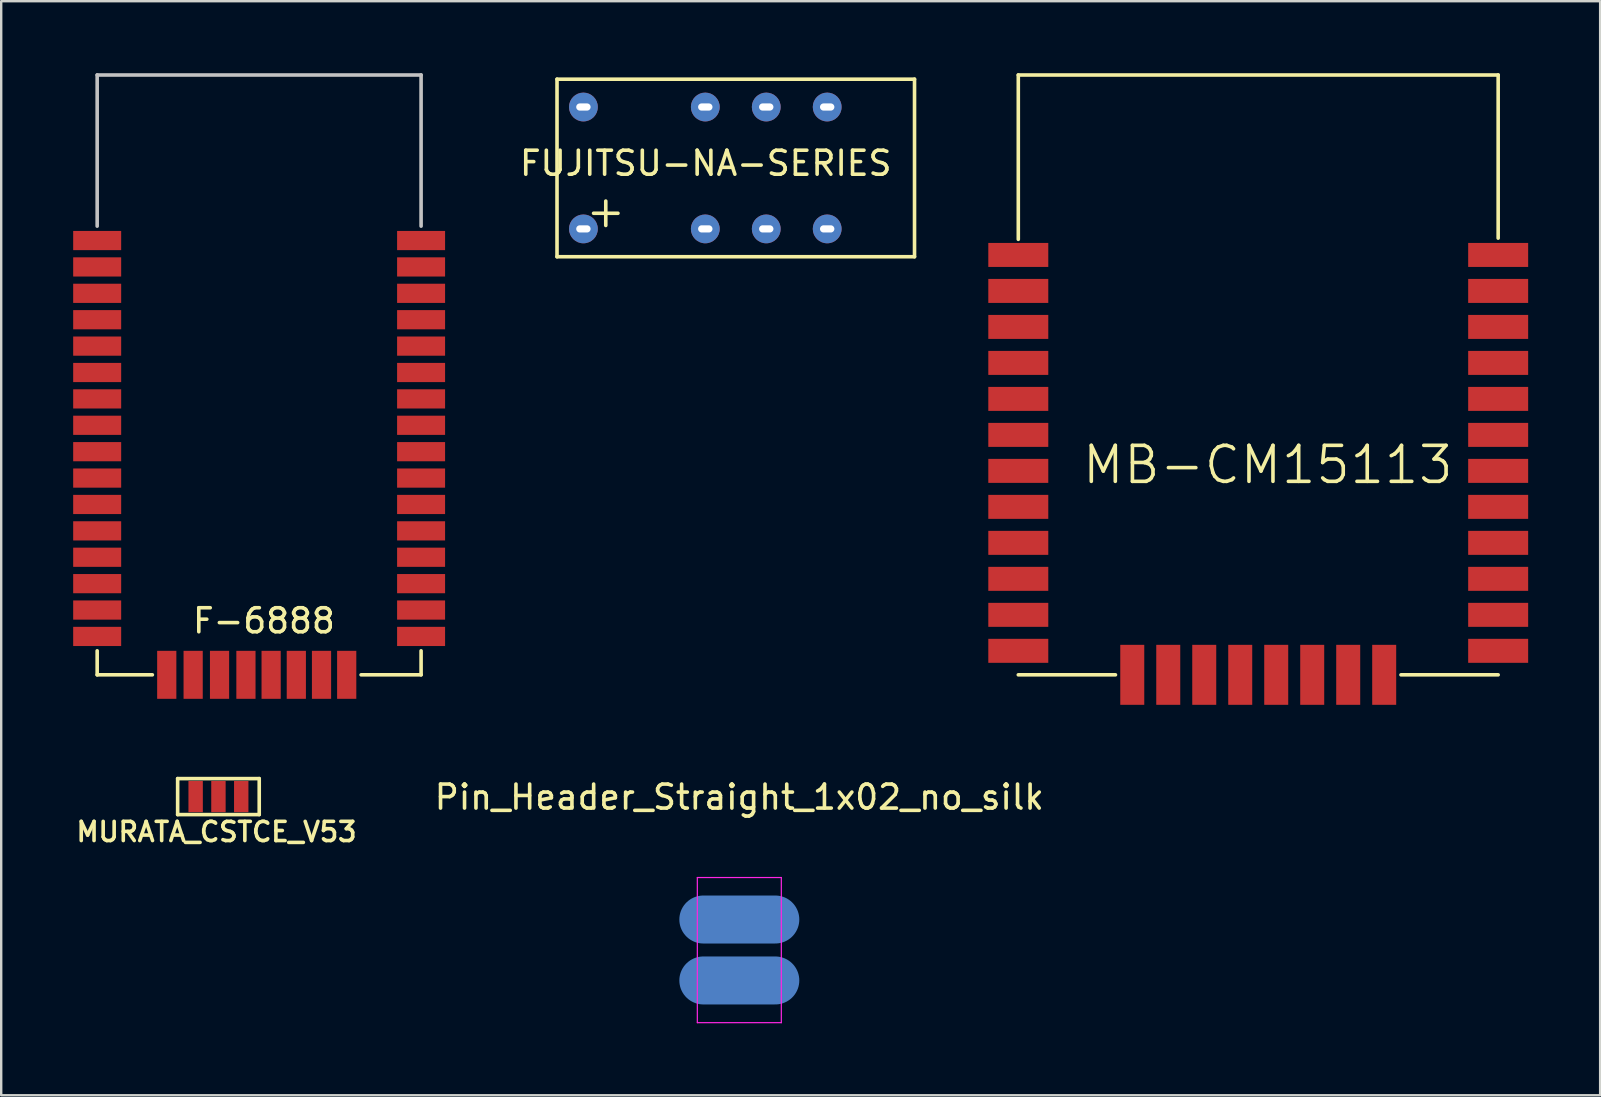
<source format=kicad_pcb>
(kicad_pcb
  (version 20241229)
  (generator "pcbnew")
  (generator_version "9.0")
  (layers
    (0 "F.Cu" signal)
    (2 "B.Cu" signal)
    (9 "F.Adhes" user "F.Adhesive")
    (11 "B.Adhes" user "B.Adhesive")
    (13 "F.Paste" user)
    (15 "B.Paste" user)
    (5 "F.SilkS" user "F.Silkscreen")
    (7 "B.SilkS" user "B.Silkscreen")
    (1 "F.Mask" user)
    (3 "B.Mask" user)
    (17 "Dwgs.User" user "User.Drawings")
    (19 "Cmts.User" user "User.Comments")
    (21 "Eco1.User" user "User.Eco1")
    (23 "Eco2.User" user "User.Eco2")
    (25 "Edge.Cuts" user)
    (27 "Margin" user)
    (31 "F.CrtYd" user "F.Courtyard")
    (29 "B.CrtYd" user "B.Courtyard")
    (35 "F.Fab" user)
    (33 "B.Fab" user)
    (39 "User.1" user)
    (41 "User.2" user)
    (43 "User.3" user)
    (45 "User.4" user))
  (footprint "MB-CM15113"
    (layer "F.Cu")
    (at 39.39 25.075)
    (property "Reference" "MB-CM15113" (at 10.4 -8.75 0) (layer "F.SilkS") (effects (font (size 1.5 1.5) (thickness 0.15))))
    (attr through_hole)
    (fp_line (start 0 -25) (end 0 -18.15) (stroke (width 0.15) (type solid)) (layer "F.SilkS"))
    (fp_line (start 0 0) (end 4.05 0) (stroke (width 0.15) (type solid)) (layer "F.SilkS"))
    (fp_line (start 20 -25) (end 0 -25) (stroke (width 0.15) (type solid)) (layer "F.SilkS"))
    (fp_line (start 20 -18.2) (end 20 -25) (stroke (width 0.15) (type solid)) (layer "F.SilkS"))
    (fp_line (start 20 0) (end 15.95 0) (stroke (width 0.15) (type solid)) (layer "F.SilkS"))
    (pad "1" smd rect (at 0 -17.5) (size 2.5 1) (layers "F.Cu" "F.Mask" "F.Paste"))
    (pad "2" smd rect (at 0 -16) (size 2.5 1) (layers "F.Cu" "F.Mask" "F.Paste"))
    (pad "3" smd rect (at 0 -14.5) (size 2.5 1) (layers "F.Cu" "F.Mask" "F.Paste"))
    (pad "4" smd rect (at 0 -13) (size 2.5 1) (layers "F.Cu" "F.Mask" "F.Paste"))
    (pad "5" smd rect (at 0 -11.5) (size 2.5 1) (layers "F.Cu" "F.Mask" "F.Paste"))
    (pad "6" smd rect (at 0 -10) (size 2.5 1) (layers "F.Cu" "F.Mask" "F.Paste"))
    (pad "7" smd rect (at 0 -8.5) (size 2.5 1) (layers "F.Cu" "F.Mask" "F.Paste"))
    (pad "8" smd rect (at 0 -7) (size 2.5 1) (layers "F.Cu" "F.Mask" "F.Paste"))
    (pad "9" smd rect (at 0 -5.5) (size 2.5 1) (layers "F.Cu" "F.Mask" "F.Paste"))
    (pad "10" smd rect (at 0 -4) (size 2.5 1) (layers "F.Cu" "F.Mask" "F.Paste"))
    (pad "11" smd rect (at 0 -2.5) (size 2.5 1) (layers "F.Cu" "F.Mask" "F.Paste"))
    (pad "12" smd rect (at 0 -1) (size 2.5 1) (layers "F.Cu" "F.Mask" "F.Paste"))
    (pad "13" smd rect (at 4.75 0) (size 1 2.5) (layers "F.Cu" "F.Mask" "F.Paste"))
    (pad "14" smd rect (at 6.25 0) (size 1 2.5) (layers "F.Cu" "F.Mask" "F.Paste"))
    (pad "15" smd rect (at 7.75 0) (size 1 2.5) (layers "F.Cu" "F.Mask" "F.Paste"))
    (pad "16" smd rect (at 9.25 0) (size 1 2.5) (layers "F.Cu" "F.Mask" "F.Paste"))
    (pad "17" smd rect (at 10.75 0) (size 1 2.5) (layers "F.Cu" "F.Mask" "F.Paste"))
    (pad "18" smd rect (at 12.25 0) (size 1 2.5) (layers "F.Cu" "F.Mask" "F.Paste"))
    (pad "19" smd rect (at 13.75 0) (size 1 2.5) (layers "F.Cu" "F.Mask" "F.Paste"))
    (pad "20" smd rect (at 15.25 0) (size 1 2.5) (layers "F.Cu" "F.Mask" "F.Paste"))
    (pad "21" smd rect (at 20 -1) (size 2.5 1) (layers "F.Cu" "F.Mask" "F.Paste"))
    (pad "22" smd rect (at 20 -2.5) (size 2.5 1) (layers "F.Cu" "F.Mask" "F.Paste"))
    (pad "23" smd rect (at 20 -4) (size 2.5 1) (layers "F.Cu" "F.Mask" "F.Paste"))
    (pad "24" smd rect (at 20 -5.5) (size 2.5 1) (layers "F.Cu" "F.Mask" "F.Paste"))
    (pad "25" smd rect (at 20 -7) (size 2.5 1) (layers "F.Cu" "F.Mask" "F.Paste"))
    (pad "26" smd rect (at 20 -8.5) (size 2.5 1) (layers "F.Cu" "F.Mask" "F.Paste"))
    (pad "27" smd rect (at 20 -10) (size 2.5 1) (layers "F.Cu" "F.Mask" "F.Paste"))
    (pad "28" smd rect (at 20 -11.5) (size 2.5 1) (layers "F.Cu" "F.Mask" "F.Paste"))
    (pad "29" smd rect (at 20 -13) (size 2.5 1) (layers "F.Cu" "F.Mask" "F.Paste"))
    (pad "30" smd rect (at 20 -14.5) (size 2.5 1) (layers "F.Cu" "F.Mask" "F.Paste"))
    (pad "31" smd rect (at 20 -16) (size 2.5 1) (layers "F.Cu" "F.Mask" "F.Paste"))
    (pad "32" smd rect (at 20 -17.5) (size 2.5 1) (layers "F.Cu" "F.Mask" "F.Paste")))
  (footprint "FUJITSU-NA-SERIES"
    (layer "F.Cu")
    (at 20.165 0.25)
    (property "Reference" "FUJITSU-NA-SERIES" (at 6.198 3.505 0) (layer "F.SilkS") (effects (font (size 1 1) (thickness 0.15))))
    (attr through_hole)
    (fp_line (start 0 0) (end 14.9 0) (stroke (width 0.15) (type solid)) (layer "F.SilkS"))
    (fp_line (start 0 7.4) (end 0 0) (stroke (width 0.15) (type solid)) (layer "F.SilkS"))
    (fp_line (start 1.524 5.588) (end 2.54 5.588) (stroke (width 0.15) (type solid)) (layer "F.SilkS"))
    (fp_line (start 2.032 6.096) (end 2.032 5.08) (stroke (width 0.15) (type solid)) (layer "F.SilkS"))
    (fp_line (start 14.9 0) (end 14.9 7.4) (stroke (width 0.15) (type solid)) (layer "F.SilkS"))
    (fp_line (start 14.9 7.4) (end 0 7.4) (stroke (width 0.15) (type solid)) (layer "F.SilkS"))
    (pad "1" thru_hole circle (at 1.1 6.24) (size 1.2 1.2) (drill oval 0.6 0.3) (layers "*.Cu" "*.Mask"))
    (pad "3" thru_hole circle (at 6.18 6.24) (size 1.2 1.2) (drill oval 0.6 0.3) (layers "*.Cu" "*.Mask"))
    (pad "4" thru_hole circle (at 8.72 6.24) (size 1.2 1.2) (drill oval 0.6 0.3) (layers "*.Cu" "*.Mask"))
    (pad "5" thru_hole circle (at 11.26 6.24) (size 1.2 1.2) (drill oval 0.6 0.3) (layers "*.Cu" "*.Mask"))
    (pad "8" thru_hole circle (at 11.26 1.16) (size 1.2 1.2) (drill oval 0.6 0.3) (layers "*.Cu" "*.Mask"))
    (pad "9" thru_hole circle (at 8.72 1.16) (size 1.2 1.2) (drill oval 0.6 0.3) (layers "*.Cu" "*.Mask"))
    (pad "10" thru_hole circle (at 6.18 1.16) (size 1.2 1.2) (drill oval 0.6 0.3) (layers "*.Cu" "*.Mask"))
    (pad "12" thru_hole circle (at 1.1 1.16) (size 1.2 1.2) (drill oval 0.6 0.3) (layers "*.Cu" "*.Mask")))
  (footprint "F-6888"
    (layer "F.Cu")
    (at 1 25.075)
    (property "Reference" "F-6888" (at 6.95 -2.25 0) (layer "F.SilkS") (effects (font (size 1 1) (thickness 0.15))))
    (attr through_hole)
    (fp_line (start 0 0) (end 0 -1) (stroke (width 0.15) (type solid)) (layer "F.SilkS"))
    (fp_line (start 0 0) (end 2.3 0) (stroke (width 0.15) (type solid)) (layer "F.SilkS"))
    (fp_line (start 11 0) (end 13.5 0) (stroke (width 0.15) (type solid)) (layer "F.SilkS"))
    (fp_line (start 13.5 0) (end 13.5 -1) (stroke (width 0.15) (type solid)) (layer "F.SilkS"))
    (fp_line (start 0 -25) (end 0 -18.7) (stroke (width 0.15) (type solid)) (layer "Dwgs.User"))
    (fp_line (start 13.5 -25) (end 0 -25) (stroke (width 0.15) (type solid)) (layer "Dwgs.User"))
    (fp_line (start 13.5 -18.7) (end 13.5 -25) (stroke (width 0.15) (type solid)) (layer "Dwgs.User"))
    (pad "1" smd rect (at 0 -18.1) (size 2 0.8) (layers "F.Cu" "F.Mask" "F.Paste"))
    (pad "2" smd rect (at 0 -17) (size 2 0.8) (layers "F.Cu" "F.Mask" "F.Paste"))
    (pad "3" smd rect (at 0 -15.9) (size 2 0.8) (layers "F.Cu" "F.Mask" "F.Paste"))
    (pad "4" smd rect (at 0 -14.8) (size 2 0.8) (layers "F.Cu" "F.Mask" "F.Paste"))
    (pad "5" smd rect (at 0 -13.7) (size 2 0.8) (layers "F.Cu" "F.Mask" "F.Paste"))
    (pad "6" smd rect (at 0 -12.6) (size 2 0.8) (layers "F.Cu" "F.Mask" "F.Paste"))
    (pad "7" smd rect (at 0 -11.5) (size 2 0.8) (layers "F.Cu" "F.Mask" "F.Paste"))
    (pad "8" smd rect (at 0 -10.4) (size 2 0.8) (layers "F.Cu" "F.Mask" "F.Paste"))
    (pad "9" smd rect (at 0 -9.3) (size 2 0.8) (layers "F.Cu" "F.Mask" "F.Paste"))
    (pad "10" smd rect (at 0 -8.2) (size 2 0.8) (layers "F.Cu" "F.Mask" "F.Paste"))
    (pad "11" smd rect (at 0 -7.1) (size 2 0.8) (layers "F.Cu" "F.Mask" "F.Paste"))
    (pad "12" smd rect (at 0 -6) (size 2 0.8) (layers "F.Cu" "F.Mask" "F.Paste"))
    (pad "13" smd rect (at 0 -4.9) (size 2 0.8) (layers "F.Cu" "F.Mask" "F.Paste"))
    (pad "14" smd rect (at 0 -3.8) (size 2 0.8) (layers "F.Cu" "F.Mask" "F.Paste"))
    (pad "15" smd rect (at 0 -2.7) (size 2 0.8) (layers "F.Cu" "F.Mask" "F.Paste"))
    (pad "16" smd rect (at 0 -1.6) (size 2 0.8) (layers "F.Cu" "F.Mask" "F.Paste"))
    (pad "17" smd rect (at 2.9 0) (size 0.8 2) (layers "F.Cu" "F.Mask" "F.Paste"))
    (pad "18" smd rect (at 4 0) (size 0.8 2) (layers "F.Cu" "F.Mask" "F.Paste"))
    (pad "19" smd rect (at 5.1 0) (size 0.8 2) (layers "F.Cu" "F.Mask" "F.Paste"))
    (pad "20" smd rect (at 6.2 0) (size 0.8 2) (layers "F.Cu" "F.Mask" "F.Paste"))
    (pad "21" smd rect (at 7.25 0) (size 0.8 2) (layers "F.Cu" "F.Mask" "F.Paste"))
    (pad "22" smd rect (at 8.3 0) (size 0.8 2) (layers "F.Cu" "F.Mask" "F.Paste"))
    (pad "23" smd rect (at 9.35 0) (size 0.8 2) (layers "F.Cu" "F.Mask" "F.Paste"))
    (pad "24" smd rect (at 10.4 0) (size 0.8 2) (layers "F.Cu" "F.Mask" "F.Paste"))
    (pad "25" smd rect (at 13.5 -1.6) (size 2 0.8) (layers "F.Cu" "F.Mask" "F.Paste"))
    (pad "26" smd rect (at 13.5 -2.7) (size 2 0.8) (layers "F.Cu" "F.Mask" "F.Paste"))
    (pad "27" smd rect (at 13.5 -3.8) (size 2 0.8) (layers "F.Cu" "F.Mask" "F.Paste"))
    (pad "28" smd rect (at 13.5 -4.9) (size 2 0.8) (layers "F.Cu" "F.Mask" "F.Paste"))
    (pad "29" smd rect (at 13.5 -6) (size 2 0.8) (layers "F.Cu" "F.Mask" "F.Paste"))
    (pad "30" smd rect (at 13.5 -7.1) (size 2 0.8) (layers "F.Cu" "F.Mask" "F.Paste"))
    (pad "31" smd rect (at 13.5 -8.2) (size 2 0.8) (layers "F.Cu" "F.Mask" "F.Paste"))
    (pad "32" smd rect (at 13.5 -9.3) (size 2 0.8) (layers "F.Cu" "F.Mask" "F.Paste"))
    (pad "33" smd rect (at 13.5 -10.4) (size 2 0.8) (layers "F.Cu" "F.Mask" "F.Paste"))
    (pad "34" smd rect (at 13.5 -11.5) (size 2 0.8) (layers "F.Cu" "F.Mask" "F.Paste"))
    (pad "35" smd rect (at 13.5 -12.6) (size 2 0.8) (layers "F.Cu" "F.Mask" "F.Paste"))
    (pad "36" smd rect (at 13.5 -13.7) (size 2 0.8) (layers "F.Cu" "F.Mask" "F.Paste"))
    (pad "37" smd rect (at 13.5 -14.8) (size 2 0.8) (layers "F.Cu" "F.Mask" "F.Paste"))
    (pad "38" smd rect (at 13.5 -15.9) (size 2 0.8) (layers "F.Cu" "F.Mask" "F.Paste"))
    (pad "39" smd rect (at 13.5 -17) (size 2 0.8) (layers "F.Cu" "F.Mask" "F.Paste"))
    (pad "40" smd rect (at 13.5 -18.1) (size 2 0.8) (layers "F.Cu" "F.Mask" "F.Paste")))
  (footprint "MURATA_CSTCE_V53"
    (layer "F.Cu")
    (at 5.104 30.15)
    (property "Reference" "MURATA_CSTCE_V53" (at 0.87 1.47 0) (layer "F.SilkS") (effects (font (size 0.8 0.8) (thickness 0.15))))
    (attr through_hole)
    (fp_line (start -0.75 -0.75) (end -0.75 0.75) (stroke (width 0.15) (type solid)) (layer "F.SilkS"))
    (fp_line (start -0.75 0.75) (end 2.65 0.75) (stroke (width 0.15) (type solid)) (layer "F.SilkS"))
    (fp_line (start 2.65 -0.75) (end -0.75 -0.75) (stroke (width 0.15) (type solid)) (layer "F.SilkS"))
    (fp_line (start 2.65 0.75) (end 2.65 -0.75) (stroke (width 0.15) (type solid)) (layer "F.SilkS"))
    (pad "1" smd rect (at 0 0) (size 0.6 1.3) (layers "F.Cu" "F.Mask" "F.Paste"))
    (pad "2" smd rect (at 1.9 0) (size 0.6 1.3) (layers "F.Cu" "F.Mask" "F.Paste"))
    (pad "3" smd rect (at 0.95 0) (size 0.6 1.3) (layers "F.Cu" "F.Mask" "F.Paste")))
  (footprint "Pin_Header_Straight_1x02_no_silk"
    (layer "F.Cu")
    (at 27.763 35.273)
    (property "Reference" "Pin_Header_Straight_1x02_no_silk" (at 0 -5.1 0) (layer "F.SilkS") (effects (font (size 1 1) (thickness 0.15))))
    (attr through_hole)
    (fp_line (start -1.75 -1.75) (end -1.75 4.3) (stroke (width 0.05) (type solid)) (layer "F.CrtYd"))
    (fp_line (start -1.75 -1.75) (end 1.75 -1.75) (stroke (width 0.05) (type solid)) (layer "F.CrtYd"))
    (fp_line (start -1.75 4.3) (end 1.75 4.3) (stroke (width 0.05) (type solid)) (layer "F.CrtYd"))
    (fp_line (start 1.75 -1.75) (end 1.75 4.3) (stroke (width 0.05) (type solid)) (layer "F.CrtYd"))
    (pad "1" smd oval (at 0 0) (size 5 2) (layers "B.Cu" "B.Mask" "B.Paste"))
    (pad "2" smd oval (at 0 2.54) (size 5 2) (layers "B.Cu" "B.Mask" "B.Paste")))
  (gr_rect
    (start -3 -3)
    (end 63.64 42.598)
    (stroke (width 0.1) (type default))
    (fill no)
    (layer "Edge.Cuts")))
</source>
